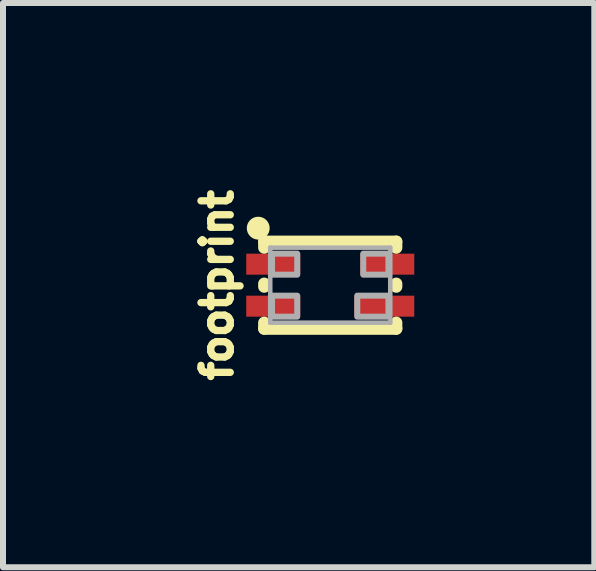
<source format=kicad_pcb>
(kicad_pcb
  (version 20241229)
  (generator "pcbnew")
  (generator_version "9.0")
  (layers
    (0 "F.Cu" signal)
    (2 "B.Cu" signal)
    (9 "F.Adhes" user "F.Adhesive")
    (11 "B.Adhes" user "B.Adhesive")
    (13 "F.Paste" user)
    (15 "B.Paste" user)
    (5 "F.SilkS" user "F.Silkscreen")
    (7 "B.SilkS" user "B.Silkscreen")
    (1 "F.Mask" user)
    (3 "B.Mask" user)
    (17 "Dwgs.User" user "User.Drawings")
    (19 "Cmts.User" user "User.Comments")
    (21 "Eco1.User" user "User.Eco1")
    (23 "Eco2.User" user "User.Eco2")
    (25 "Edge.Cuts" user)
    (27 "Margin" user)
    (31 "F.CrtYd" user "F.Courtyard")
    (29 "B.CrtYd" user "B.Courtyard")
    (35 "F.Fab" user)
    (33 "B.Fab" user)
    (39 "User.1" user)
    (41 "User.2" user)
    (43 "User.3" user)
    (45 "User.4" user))
  (footprint "footprint"
    (layer "F.Cu")
    (at 2.453 1.702)
    (property "Reference" "footprint" (at -1.6 0 90) (layer "F.SilkS") (effects (font (size 0.488 0.488) (thickness 0.122)) (justify bottom)))
    (fp_line (start -1.1 -0.625) (end -1.1 -0.725) (stroke (width 0.203) (type solid)) (layer "F.SilkS"))
    (fp_line (start -1.1 0.025) (end -1.1 -0.025) (stroke (width 0.203) (type solid)) (layer "F.SilkS"))
    (fp_line (start -1.1 0.725) (end -1.1 0.625) (stroke (width 0.203) (type solid)) (layer "F.SilkS"))
    (fp_line (start -1.1 0.725) (end 1.1 0.725) (stroke (width 0.203) (type solid)) (layer "F.SilkS"))
    (fp_line (start 1.1 -0.725) (end -1.1 -0.725) (stroke (width 0.203) (type solid)) (layer "F.SilkS"))
    (fp_line (start 1.1 -0.725) (end 1.1 -0.625) (stroke (width 0.203) (type solid)) (layer "F.SilkS"))
    (fp_line (start 1.1 -0.025) (end 1.1 0.025) (stroke (width 0.203) (type solid)) (layer "F.SilkS"))
    (fp_line (start 1.1 0.625) (end 1.1 0.725) (stroke (width 0.203) (type solid)) (layer "F.SilkS"))
    (fp_circle (center -1.2 -0.95) (end -1.105 -0.95) (stroke (width 0.191) (type solid)) (fill yes) (layer "F.SilkS"))
    (fp_line (start -1 -0.625) (end -1 0.625) (stroke (width 0.076) (type solid)) (layer "F.Fab"))
    (fp_line (start -1 0.625) (end 1 0.625) (stroke (width 0.076) (type solid)) (layer "F.Fab"))
    (fp_line (start 1 -0.625) (end -1 -0.625) (stroke (width 0.076) (type solid)) (layer "F.Fab"))
    (fp_line (start 1 0.625) (end 1 -0.625) (stroke (width 0.076) (type solid)) (layer "F.Fab"))
    (fp_poly (pts (xy -0.97 -0.175) (xy -0.55 -0.175) (xy -0.55 -0.525) (xy -0.97 -0.525)) (stroke (width 0.1) (type solid)) (fill no) (layer "F.Fab"))
    (fp_poly (pts (xy -0.97 0.525) (xy -0.55 0.525) (xy -0.55 0.175) (xy -0.97 0.175)) (stroke (width 0.1) (type solid)) (fill no) (layer "F.Fab"))
    (fp_poly (pts (xy 0.45 0.525) (xy 0.97 0.525) (xy 0.97 0.175) (xy 0.45 0.175)) (stroke (width 0.1) (type solid)) (fill no) (layer "F.Fab"))
    (fp_poly (pts (xy 0.97 -0.525) (xy 0.55 -0.525) (xy 0.55 -0.175) (xy 0.97 -0.175)) (stroke (width 0.1) (type solid)) (fill no) (layer "F.Fab"))
    (pad "1" smd rect (at -0.95 -0.35) (size 0.9 0.35) (layers "F.Cu" "F.Mask" "F.Paste"))
    (pad "2" smd rect (at -0.95 0.35) (size 0.9 0.35) (layers "F.Cu" "F.Mask" "F.Paste"))
    (pad "3" smd rect (at 0.9 0.35) (size 1 0.35) (layers "F.Cu" "F.Mask" "F.Paste"))
    (pad "4" smd rect (at 0.95 -0.35 180) (size 0.9 0.35) (layers "F.Cu" "F.Mask" "F.Paste")))
  (gr_rect
    (start -3 -3)
    (end 6.853 6.403)
    (stroke (width 0.1) (type default))
    (fill no)
    (layer "Edge.Cuts")))
</source>
